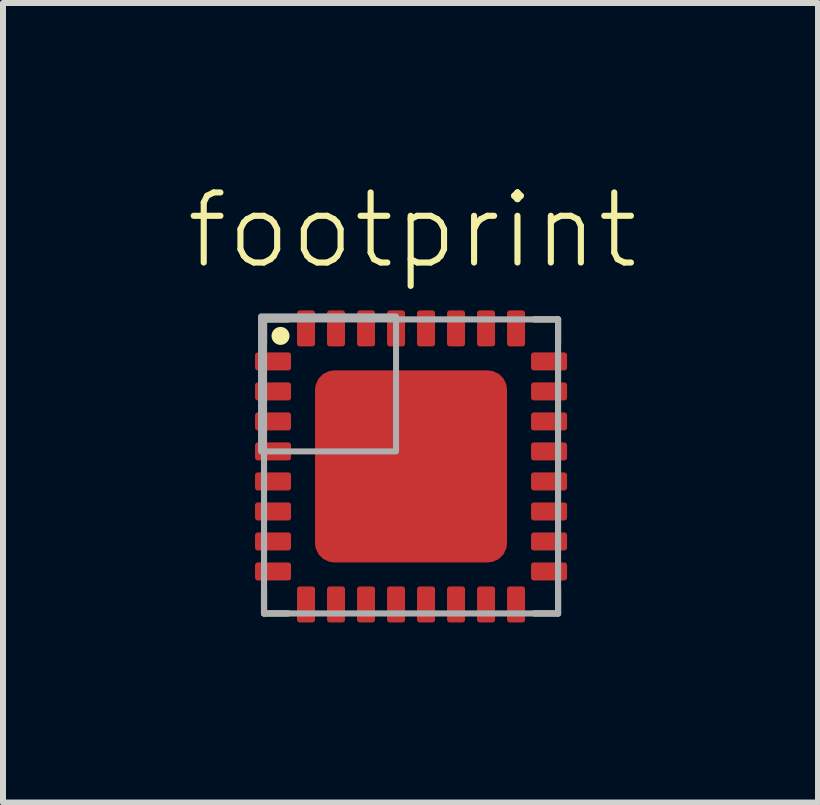
<source format=kicad_pcb>
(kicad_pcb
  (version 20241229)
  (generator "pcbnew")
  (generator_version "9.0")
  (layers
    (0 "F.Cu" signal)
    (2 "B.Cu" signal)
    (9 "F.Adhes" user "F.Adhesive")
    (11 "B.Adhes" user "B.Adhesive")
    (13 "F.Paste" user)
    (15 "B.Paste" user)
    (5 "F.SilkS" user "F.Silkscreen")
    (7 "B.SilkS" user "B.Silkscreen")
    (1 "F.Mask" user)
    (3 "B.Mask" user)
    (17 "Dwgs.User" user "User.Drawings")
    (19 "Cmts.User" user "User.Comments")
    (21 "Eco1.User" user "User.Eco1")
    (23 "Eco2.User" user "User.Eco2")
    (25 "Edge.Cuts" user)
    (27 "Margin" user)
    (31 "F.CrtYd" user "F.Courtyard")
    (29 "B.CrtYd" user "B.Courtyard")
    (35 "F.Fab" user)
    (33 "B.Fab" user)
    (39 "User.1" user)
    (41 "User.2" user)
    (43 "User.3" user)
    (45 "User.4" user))
  (footprint "footprint"
    (layer "F.Cu")
    (at 3.8 4.723)
    (property "Reference" "footprint" (at -3.8 -3.25 0) (layer "F.SilkS") (effects (font (size 1.168 1.168) (thickness 0.102)) (justify left bottom)))
    (fp_poly (pts (xy -1.999 -1.099) (xy -2.601 -1.099) (xy -2.601 -1.401) (xy -1.999 -1.401)) (stroke (width 0) (type solid)) (fill yes) (layer "F.Mask"))
    (fp_poly (pts (xy -1.999 -0.599) (xy -2.601 -0.599) (xy -2.601 -0.901) (xy -1.999 -0.901)) (stroke (width 0) (type solid)) (fill yes) (layer "F.Mask"))
    (fp_poly (pts (xy -1.999 -0.099) (xy -2.601 -0.099) (xy -2.601 -0.401) (xy -1.999 -0.401)) (stroke (width 0) (type solid)) (fill yes) (layer "F.Mask"))
    (fp_poly (pts (xy -1.999 0.401) (xy -2.601 0.401) (xy -2.601 0.099) (xy -1.999 0.099)) (stroke (width 0) (type solid)) (fill yes) (layer "F.Mask"))
    (fp_poly (pts (xy -1.999 0.901) (xy -2.601 0.901) (xy -2.601 0.599) (xy -1.999 0.599)) (stroke (width 0) (type solid)) (fill yes) (layer "F.Mask"))
    (fp_poly (pts (xy -1.999 1.401) (xy -2.601 1.401) (xy -2.601 1.099) (xy -1.999 1.099)) (stroke (width 0) (type solid)) (fill yes) (layer "F.Mask"))
    (fp_poly (pts (xy -1.099 -1.999) (xy -1.401 -1.999) (xy -1.401 -2.601) (xy -1.099 -2.601)) (stroke (width 0) (type solid)) (fill yes) (layer "F.Mask"))
    (fp_poly (pts (xy -1.099 2.601) (xy -1.401 2.601) (xy -1.401 1.999) (xy -1.099 1.999)) (stroke (width 0) (type solid)) (fill yes) (layer "F.Mask"))
    (fp_poly (pts (xy -0.599 -1.999) (xy -0.901 -1.999) (xy -0.901 -2.601) (xy -0.599 -2.601)) (stroke (width 0) (type solid)) (fill yes) (layer "F.Mask"))
    (fp_poly (pts (xy -0.599 2.601) (xy -0.901 2.601) (xy -0.901 1.999) (xy -0.599 1.999)) (stroke (width 0) (type solid)) (fill yes) (layer "F.Mask"))
    (fp_poly (pts (xy -0.099 -1.999) (xy -0.401 -1.999) (xy -0.401 -2.601) (xy -0.099 -2.601)) (stroke (width 0) (type solid)) (fill yes) (layer "F.Mask"))
    (fp_poly (pts (xy -0.099 2.601) (xy -0.401 2.601) (xy -0.401 1.999) (xy -0.099 1.999)) (stroke (width 0) (type solid)) (fill yes) (layer "F.Mask"))
    (fp_poly (pts (xy 0.401 -1.999) (xy 0.099 -1.999) (xy 0.099 -2.601) (xy 0.401 -2.601)) (stroke (width 0) (type solid)) (fill yes) (layer "F.Mask"))
    (fp_poly (pts (xy 0.401 2.601) (xy 0.099 2.601) (xy 0.099 1.999) (xy 0.401 1.999)) (stroke (width 0) (type solid)) (fill yes) (layer "F.Mask"))
    (fp_poly (pts (xy 0.901 -1.999) (xy 0.599 -1.999) (xy 0.599 -2.601) (xy 0.901 -2.601)) (stroke (width 0) (type solid)) (fill yes) (layer "F.Mask"))
    (fp_poly (pts (xy 0.901 2.601) (xy 0.599 2.601) (xy 0.599 1.999) (xy 0.901 1.999)) (stroke (width 0) (type solid)) (fill yes) (layer "F.Mask"))
    (fp_poly (pts (xy 1.401 -1.999) (xy 1.099 -1.999) (xy 1.099 -2.601) (xy 1.401 -2.601)) (stroke (width 0) (type solid)) (fill yes) (layer "F.Mask"))
    (fp_poly (pts (xy 1.401 2.601) (xy 1.099 2.601) (xy 1.099 1.999) (xy 1.401 1.999)) (stroke (width 0) (type solid)) (fill yes) (layer "F.Mask"))
    (fp_poly (pts (xy 2.601 -1.099) (xy 1.999 -1.099) (xy 1.999 -1.401) (xy 2.601 -1.401)) (stroke (width 0) (type solid)) (fill yes) (layer "F.Mask"))
    (fp_poly (pts (xy 2.601 -0.599) (xy 1.999 -0.599) (xy 1.999 -0.901) (xy 2.601 -0.901)) (stroke (width 0) (type solid)) (fill yes) (layer "F.Mask"))
    (fp_poly (pts (xy 2.601 -0.099) (xy 1.999 -0.099) (xy 1.999 -0.401) (xy 2.601 -0.401)) (stroke (width 0) (type solid)) (fill yes) (layer "F.Mask"))
    (fp_poly (pts (xy 2.601 0.401) (xy 1.999 0.401) (xy 1.999 0.099) (xy 2.601 0.099)) (stroke (width 0) (type solid)) (fill yes) (layer "F.Mask"))
    (fp_poly (pts (xy 2.601 0.901) (xy 1.999 0.901) (xy 1.999 0.599) (xy 2.601 0.599)) (stroke (width 0) (type solid)) (fill yes) (layer "F.Mask"))
    (fp_poly (pts (xy 2.601 1.401) (xy 1.999 1.401) (xy 1.999 1.099) (xy 2.601 1.099)) (stroke (width 0) (type solid)) (fill yes) (layer "F.Mask"))
    (fp_poly (pts (xy -1.999 -1.821) (xy -1.999 -1.599) (xy -2.601 -1.599) (xy -2.601 -1.901) (xy -2.079 -1.901)) (stroke (width 0) (type solid)) (fill yes) (layer "F.Mask"))
    (fp_poly (pts (xy -1.999 1.821) (xy -2.079 1.901) (xy -2.601 1.901) (xy -2.601 1.599) (xy -1.999 1.599)) (stroke (width 0) (type solid)) (fill yes) (layer "F.Mask"))
    (fp_poly (pts (xy -1.599 -1.999) (xy -1.821 -1.999) (xy -1.901 -2.079) (xy -1.901 -2.601) (xy -1.599 -2.601)) (stroke (width 0) (type solid)) (fill yes) (layer "F.Mask"))
    (fp_poly (pts (xy -1.599 2.601) (xy -1.901 2.601) (xy -1.901 2.079) (xy -1.821 1.999) (xy -1.599 1.999)) (stroke (width 0) (type solid)) (fill yes) (layer "F.Mask"))
    (fp_poly (pts (xy 1.575 1.575) (xy -1.575 1.575) (xy -1.575 -1.279) (xy -1.279 -1.575) (xy 1.575 -1.575)) (stroke (width 0) (type solid)) (fill yes) (layer "F.Mask"))
    (fp_poly (pts (xy 1.901 -2.079) (xy 1.821 -1.999) (xy 1.599 -1.999) (xy 1.599 -2.601) (xy 1.901 -2.601)) (stroke (width 0) (type solid)) (fill yes) (layer "F.Mask"))
    (fp_poly (pts (xy 1.901 2.079) (xy 1.901 2.601) (xy 1.599 2.601) (xy 1.599 1.999) (xy 1.821 1.999)) (stroke (width 0) (type solid)) (fill yes) (layer "F.Mask"))
    (fp_poly (pts (xy 2.601 -1.599) (xy 1.999 -1.599) (xy 1.999 -1.821) (xy 2.079 -1.901) (xy 2.601 -1.901)) (stroke (width 0) (type solid)) (fill yes) (layer "F.Mask"))
    (fp_poly (pts (xy 2.601 1.901) (xy 2.079 1.901) (xy 1.999 1.821) (xy 1.999 1.599) (xy 2.601 1.599)) (stroke (width 0) (type solid)) (fill yes) (layer "F.Mask"))
    (fp_line (start -2.45 -2.45) (end -2.05 -2.45) (stroke (width 0.102) (type solid)) (layer "F.SilkS"))
    (fp_line (start -2.45 -2.05) (end -2.45 -2.45) (stroke (width 0.102) (type solid)) (layer "F.SilkS"))
    (fp_line (start -2.45 2.45) (end -2.45 2.05) (stroke (width 0.102) (type solid)) (layer "F.SilkS"))
    (fp_line (start -2.05 2.45) (end -2.45 2.45) (stroke (width 0.102) (type solid)) (layer "F.SilkS"))
    (fp_line (start 2.05 -2.45) (end 2.45 -2.45) (stroke (width 0.102) (type solid)) (layer "F.SilkS"))
    (fp_line (start 2.45 -2.45) (end 2.45 -2.05) (stroke (width 0.102) (type solid)) (layer "F.SilkS"))
    (fp_line (start 2.45 2.05) (end 2.45 2.45) (stroke (width 0.102) (type solid)) (layer "F.SilkS"))
    (fp_line (start 2.45 2.45) (end 2.05 2.45) (stroke (width 0.102) (type solid)) (layer "F.SilkS"))
    (fp_circle (center -2.175 -2.175) (end -2.1 -2.175) (stroke (width 0.15) (type solid)) (fill yes) (layer "F.SilkS"))
    (fp_poly (pts (xy -2.024 -1.124) (xy -2.576 -1.124) (xy -2.576 -1.376) (xy -2.024 -1.376)) (stroke (width 0) (type solid)) (fill yes) (layer "F.Paste"))
    (fp_poly (pts (xy -2.024 -0.624) (xy -2.576 -0.624) (xy -2.576 -0.876) (xy -2.024 -0.876)) (stroke (width 0) (type solid)) (fill yes) (layer "F.Paste"))
    (fp_poly (pts (xy -2.024 -0.124) (xy -2.576 -0.124) (xy -2.576 -0.376) (xy -2.024 -0.376)) (stroke (width 0) (type solid)) (fill yes) (layer "F.Paste"))
    (fp_poly (pts (xy -2.024 0.376) (xy -2.576 0.376) (xy -2.576 0.124) (xy -2.024 0.124)) (stroke (width 0) (type solid)) (fill yes) (layer "F.Paste"))
    (fp_poly (pts (xy -2.024 0.876) (xy -2.576 0.876) (xy -2.576 0.624) (xy -2.024 0.624)) (stroke (width 0) (type solid)) (fill yes) (layer "F.Paste"))
    (fp_poly (pts (xy -2.024 1.376) (xy -2.576 1.376) (xy -2.576 1.124) (xy -2.024 1.124)) (stroke (width 0) (type solid)) (fill yes) (layer "F.Paste"))
    (fp_poly (pts (xy -1.3 -1.1) (xy -0.7 -1.1) (xy -0.7 -1.4) (xy -1.3 -1.4)) (stroke (width 0) (type solid)) (fill yes) (layer "F.Paste"))
    (fp_poly (pts (xy -1.3 -0.6) (xy -0.7 -0.6) (xy -0.7 -0.9) (xy -1.3 -0.9)) (stroke (width 0) (type solid)) (fill yes) (layer "F.Paste"))
    (fp_poly (pts (xy -1.3 -0.1) (xy -0.7 -0.1) (xy -0.7 -0.4) (xy -1.3 -0.4)) (stroke (width 0) (type solid)) (fill yes) (layer "F.Paste"))
    (fp_poly (pts (xy -1.3 0.4) (xy -0.7 0.4) (xy -0.7 0.1) (xy -1.3 0.1)) (stroke (width 0) (type solid)) (fill yes) (layer "F.Paste"))
    (fp_poly (pts (xy -1.3 0.9) (xy -0.7 0.9) (xy -0.7 0.6) (xy -1.3 0.6)) (stroke (width 0) (type solid)) (fill yes) (layer "F.Paste"))
    (fp_poly (pts (xy -1.3 1.4) (xy -0.7 1.4) (xy -0.7 1.1) (xy -1.3 1.1)) (stroke (width 0) (type solid)) (fill yes) (layer "F.Paste"))
    (fp_poly (pts (xy -1.124 -2.024) (xy -1.376 -2.024) (xy -1.376 -2.576) (xy -1.124 -2.576)) (stroke (width 0) (type solid)) (fill yes) (layer "F.Paste"))
    (fp_poly (pts (xy -1.124 2.576) (xy -1.376 2.576) (xy -1.376 2.024) (xy -1.124 2.024)) (stroke (width 0) (type solid)) (fill yes) (layer "F.Paste"))
    (fp_poly (pts (xy -0.624 -2.024) (xy -0.876 -2.024) (xy -0.876 -2.576) (xy -0.624 -2.576)) (stroke (width 0) (type solid)) (fill yes) (layer "F.Paste"))
    (fp_poly (pts (xy -0.624 2.576) (xy -0.876 2.576) (xy -0.876 2.024) (xy -0.624 2.024)) (stroke (width 0) (type solid)) (fill yes) (layer "F.Paste"))
    (fp_poly (pts (xy -0.3 -1.1) (xy 0.3 -1.1) (xy 0.3 -1.4) (xy -0.3 -1.4)) (stroke (width 0) (type solid)) (fill yes) (layer "F.Paste"))
    (fp_poly (pts (xy -0.3 -0.6) (xy 0.3 -0.6) (xy 0.3 -0.9) (xy -0.3 -0.9)) (stroke (width 0) (type solid)) (fill yes) (layer "F.Paste"))
    (fp_poly (pts (xy -0.3 -0.1) (xy 0.3 -0.1) (xy 0.3 -0.4) (xy -0.3 -0.4)) (stroke (width 0) (type solid)) (fill yes) (layer "F.Paste"))
    (fp_poly (pts (xy -0.3 0.4) (xy 0.3 0.4) (xy 0.3 0.1) (xy -0.3 0.1)) (stroke (width 0) (type solid)) (fill yes) (layer "F.Paste"))
    (fp_poly (pts (xy -0.3 0.9) (xy 0.3 0.9) (xy 0.3 0.6) (xy -0.3 0.6)) (stroke (width 0) (type solid)) (fill yes) (layer "F.Paste"))
    (fp_poly (pts (xy -0.3 1.4) (xy 0.3 1.4) (xy 0.3 1.1) (xy -0.3 1.1)) (stroke (width 0) (type solid)) (fill yes) (layer "F.Paste"))
    (fp_poly (pts (xy -0.124 -2.024) (xy -0.376 -2.024) (xy -0.376 -2.576) (xy -0.124 -2.576)) (stroke (width 0) (type solid)) (fill yes) (layer "F.Paste"))
    (fp_poly (pts (xy -0.124 2.576) (xy -0.376 2.576) (xy -0.376 2.024) (xy -0.124 2.024)) (stroke (width 0) (type solid)) (fill yes) (layer "F.Paste"))
    (fp_poly (pts (xy 0.376 -2.024) (xy 0.124 -2.024) (xy 0.124 -2.576) (xy 0.376 -2.576)) (stroke (width 0) (type solid)) (fill yes) (layer "F.Paste"))
    (fp_poly (pts (xy 0.376 2.576) (xy 0.124 2.576) (xy 0.124 2.024) (xy 0.376 2.024)) (stroke (width 0) (type solid)) (fill yes) (layer "F.Paste"))
    (fp_poly (pts (xy 0.7 -1.1) (xy 1.3 -1.1) (xy 1.3 -1.4) (xy 0.7 -1.4)) (stroke (width 0) (type solid)) (fill yes) (layer "F.Paste"))
    (fp_poly (pts (xy 0.7 -0.6) (xy 1.3 -0.6) (xy 1.3 -0.9) (xy 0.7 -0.9)) (stroke (width 0) (type solid)) (fill yes) (layer "F.Paste"))
    (fp_poly (pts (xy 0.7 -0.1) (xy 1.3 -0.1) (xy 1.3 -0.4) (xy 0.7 -0.4)) (stroke (width 0) (type solid)) (fill yes) (layer "F.Paste"))
    (fp_poly (pts (xy 0.7 0.4) (xy 1.3 0.4) (xy 1.3 0.1) (xy 0.7 0.1)) (stroke (width 0) (type solid)) (fill yes) (layer "F.Paste"))
    (fp_poly (pts (xy 0.7 0.9) (xy 1.3 0.9) (xy 1.3 0.6) (xy 0.7 0.6)) (stroke (width 0) (type solid)) (fill yes) (layer "F.Paste"))
    (fp_poly (pts (xy 0.7 1.4) (xy 1.3 1.4) (xy 1.3 1.1) (xy 0.7 1.1)) (stroke (width 0) (type solid)) (fill yes) (layer "F.Paste"))
    (fp_poly (pts (xy 0.876 -2.024) (xy 0.624 -2.024) (xy 0.624 -2.576) (xy 0.876 -2.576)) (stroke (width 0) (type solid)) (fill yes) (layer "F.Paste"))
    (fp_poly (pts (xy 0.876 2.576) (xy 0.624 2.576) (xy 0.624 2.024) (xy 0.876 2.024)) (stroke (width 0) (type solid)) (fill yes) (layer "F.Paste"))
    (fp_poly (pts (xy 1.376 -2.024) (xy 1.124 -2.024) (xy 1.124 -2.576) (xy 1.376 -2.576)) (stroke (width 0) (type solid)) (fill yes) (layer "F.Paste"))
    (fp_poly (pts (xy 1.376 2.576) (xy 1.124 2.576) (xy 1.124 2.024) (xy 1.376 2.024)) (stroke (width 0) (type solid)) (fill yes) (layer "F.Paste"))
    (fp_poly (pts (xy 2.576 -1.124) (xy 2.024 -1.124) (xy 2.024 -1.376) (xy 2.576 -1.376)) (stroke (width 0) (type solid)) (fill yes) (layer "F.Paste"))
    (fp_poly (pts (xy 2.576 -0.624) (xy 2.024 -0.624) (xy 2.024 -0.876) (xy 2.576 -0.876)) (stroke (width 0) (type solid)) (fill yes) (layer "F.Paste"))
    (fp_poly (pts (xy 2.576 -0.124) (xy 2.024 -0.124) (xy 2.024 -0.376) (xy 2.576 -0.376)) (stroke (width 0) (type solid)) (fill yes) (layer "F.Paste"))
    (fp_poly (pts (xy 2.576 0.376) (xy 2.024 0.376) (xy 2.024 0.124) (xy 2.576 0.124)) (stroke (width 0) (type solid)) (fill yes) (layer "F.Paste"))
    (fp_poly (pts (xy 2.576 0.876) (xy 2.024 0.876) (xy 2.024 0.624) (xy 2.576 0.624)) (stroke (width 0) (type solid)) (fill yes) (layer "F.Paste"))
    (fp_poly (pts (xy 2.576 1.376) (xy 2.024 1.376) (xy 2.024 1.124) (xy 2.576 1.124)) (stroke (width 0) (type solid)) (fill yes) (layer "F.Paste"))
    (fp_poly (pts (xy -2.024 -1.796) (xy -2.024 -1.624) (xy -2.576 -1.624) (xy -2.576 -1.876) (xy -2.104 -1.876)) (stroke (width 0) (type solid)) (fill yes) (layer "F.Paste"))
    (fp_poly (pts (xy -2.024 1.796) (xy -2.104 1.876) (xy -2.576 1.876) (xy -2.576 1.624) (xy -2.024 1.624)) (stroke (width 0) (type solid)) (fill yes) (layer "F.Paste"))
    (fp_poly (pts (xy -1.624 -2.024) (xy -1.796 -2.024) (xy -1.876 -2.104) (xy -1.876 -2.576) (xy -1.624 -2.576)) (stroke (width 0) (type solid)) (fill yes) (layer "F.Paste"))
    (fp_poly (pts (xy -1.624 2.576) (xy -1.876 2.576) (xy -1.876 2.104) (xy -1.796 2.024) (xy -1.624 2.024)) (stroke (width 0) (type solid)) (fill yes) (layer "F.Paste"))
    (fp_poly (pts (xy 1.876 -2.104) (xy 1.796 -2.024) (xy 1.624 -2.024) (xy 1.624 -2.576) (xy 1.876 -2.576)) (stroke (width 0) (type solid)) (fill yes) (layer "F.Paste"))
    (fp_poly (pts (xy 1.876 2.104) (xy 1.876 2.576) (xy 1.624 2.576) (xy 1.624 2.024) (xy 1.796 2.024)) (stroke (width 0) (type solid)) (fill yes) (layer "F.Paste"))
    (fp_poly (pts (xy 2.576 -1.624) (xy 2.024 -1.624) (xy 2.024 -1.796) (xy 2.104 -1.876) (xy 2.576 -1.876)) (stroke (width 0) (type solid)) (fill yes) (layer "F.Paste"))
    (fp_poly (pts (xy 2.576 1.876) (xy 2.104 1.876) (xy 2.024 1.796) (xy 2.024 1.624) (xy 2.576 1.624)) (stroke (width 0) (type solid)) (fill yes) (layer "F.Paste"))
    (fp_line (start -2.45 -2.45) (end 2.45 -2.45) (stroke (width 0.102) (type solid)) (layer "F.Fab"))
    (fp_line (start -2.45 2.45) (end -2.45 -2.45) (stroke (width 0.102) (type solid)) (layer "F.Fab"))
    (fp_line (start 2.45 -2.45) (end 2.45 2.45) (stroke (width 0.102) (type solid)) (layer "F.Fab"))
    (fp_line (start 2.45 2.45) (end -2.45 2.45) (stroke (width 0.102) (type solid)) (layer "F.Fab"))
    (fp_poly (pts (xy -2.5 -0.25) (xy -0.25 -0.25) (xy -0.25 -2.5) (xy -2.5 -2.5)) (stroke (width 0.1) (type solid)) (fill no) (layer "F.Fab"))
    (pad "1" smd roundrect (at -2.3 -1.75) (size 0.6 0.3) (layers "F.Cu") (roundrect_rratio 0.15))
    (pad "2" smd roundrect (at -2.3 -1.25) (size 0.6 0.3) (layers "F.Cu") (roundrect_rratio 0.15))
    (pad "3" smd roundrect (at -2.3 -0.75) (size 0.6 0.3) (layers "F.Cu") (roundrect_rratio 0.15))
    (pad "4" smd roundrect (at -2.3 -0.25) (size 0.6 0.3) (layers "F.Cu") (roundrect_rratio 0.15))
    (pad "5" smd roundrect (at -2.3 0.25) (size 0.6 0.3) (layers "F.Cu") (roundrect_rratio 0.15))
    (pad "6" smd roundrect (at -2.3 0.75) (size 0.6 0.3) (layers "F.Cu") (roundrect_rratio 0.15))
    (pad "7" smd roundrect (at -2.3 1.25) (size 0.6 0.3) (layers "F.Cu") (roundrect_rratio 0.15))
    (pad "8" smd roundrect (at -2.3 1.75) (size 0.6 0.3) (layers "F.Cu") (roundrect_rratio 0.15))
    (pad "9" smd roundrect (at -1.75 2.3 90) (size 0.6 0.3) (layers "F.Cu") (roundrect_rratio 0.15))
    (pad "10" smd roundrect (at -1.25 2.3 90) (size 0.6 0.3) (layers "F.Cu") (roundrect_rratio 0.15))
    (pad "11" smd roundrect (at -0.75 2.3 90) (size 0.6 0.3) (layers "F.Cu") (roundrect_rratio 0.15))
    (pad "12" smd roundrect (at -0.25 2.3 90) (size 0.6 0.3) (layers "F.Cu") (roundrect_rratio 0.15))
    (pad "13" smd roundrect (at 0.25 2.3 90) (size 0.6 0.3) (layers "F.Cu") (roundrect_rratio 0.15))
    (pad "14" smd roundrect (at 0.75 2.3 90) (size 0.6 0.3) (layers "F.Cu") (roundrect_rratio 0.15))
    (pad "15" smd roundrect (at 1.25 2.3 90) (size 0.6 0.3) (layers "F.Cu") (roundrect_rratio 0.15))
    (pad "16" smd roundrect (at 1.75 2.3 90) (size 0.6 0.3) (layers "F.Cu") (roundrect_rratio 0.15))
    (pad "17" smd roundrect (at 2.3 1.75 180) (size 0.6 0.3) (layers "F.Cu") (roundrect_rratio 0.15))
    (pad "18" smd roundrect (at 2.3 1.25 180) (size 0.6 0.3) (layers "F.Cu") (roundrect_rratio 0.15))
    (pad "19" smd roundrect (at 2.3 0.75 180) (size 0.6 0.3) (layers "F.Cu") (roundrect_rratio 0.15))
    (pad "20" smd roundrect (at 2.3 0.25 180) (size 0.6 0.3) (layers "F.Cu") (roundrect_rratio 0.15))
    (pad "21" smd roundrect (at 2.3 -0.25 180) (size 0.6 0.3) (layers "F.Cu") (roundrect_rratio 0.15))
    (pad "22" smd roundrect (at 2.3 -0.75 180) (size 0.6 0.3) (layers "F.Cu") (roundrect_rratio 0.15))
    (pad "23" smd roundrect (at 2.3 -1.25 180) (size 0.6 0.3) (layers "F.Cu") (roundrect_rratio 0.15))
    (pad "24" smd roundrect (at 2.3 -1.75 180) (size 0.6 0.3) (layers "F.Cu") (roundrect_rratio 0.15))
    (pad "25" smd roundrect (at 1.75 -2.3 270) (size 0.6 0.3) (layers "F.Cu") (roundrect_rratio 0.15))
    (pad "26" smd roundrect (at 1.25 -2.3 270) (size 0.6 0.3) (layers "F.Cu") (roundrect_rratio 0.15))
    (pad "27" smd roundrect (at 0.75 -2.3 270) (size 0.6 0.3) (layers "F.Cu") (roundrect_rratio 0.15))
    (pad "28" smd roundrect (at 0.25 -2.3 270) (size 0.6 0.3) (layers "F.Cu") (roundrect_rratio 0.15))
    (pad "29" smd roundrect (at -0.25 -2.3 270) (size 0.6 0.3) (layers "F.Cu") (roundrect_rratio 0.15))
    (pad "30" smd roundrect (at -0.75 -2.3 270) (size 0.6 0.3) (layers "F.Cu") (roundrect_rratio 0.15))
    (pad "31" smd roundrect (at -1.25 -2.3 270) (size 0.6 0.3) (layers "F.Cu") (roundrect_rratio 0.15))
    (pad "32" smd roundrect (at -1.75 -2.3 270) (size 0.6 0.3) (layers "F.Cu") (roundrect_rratio 0.15))
    (pad "EXP" smd roundrect (at 0 0) (size 3.2 3.2) (layers "F.Cu") (roundrect_rratio 0.1)))
  (gr_rect
    (start -3 -3)
    (end 10.582 10.324)
    (stroke (width 0.1) (type default))
    (fill no)
    (layer "Edge.Cuts")))
</source>
